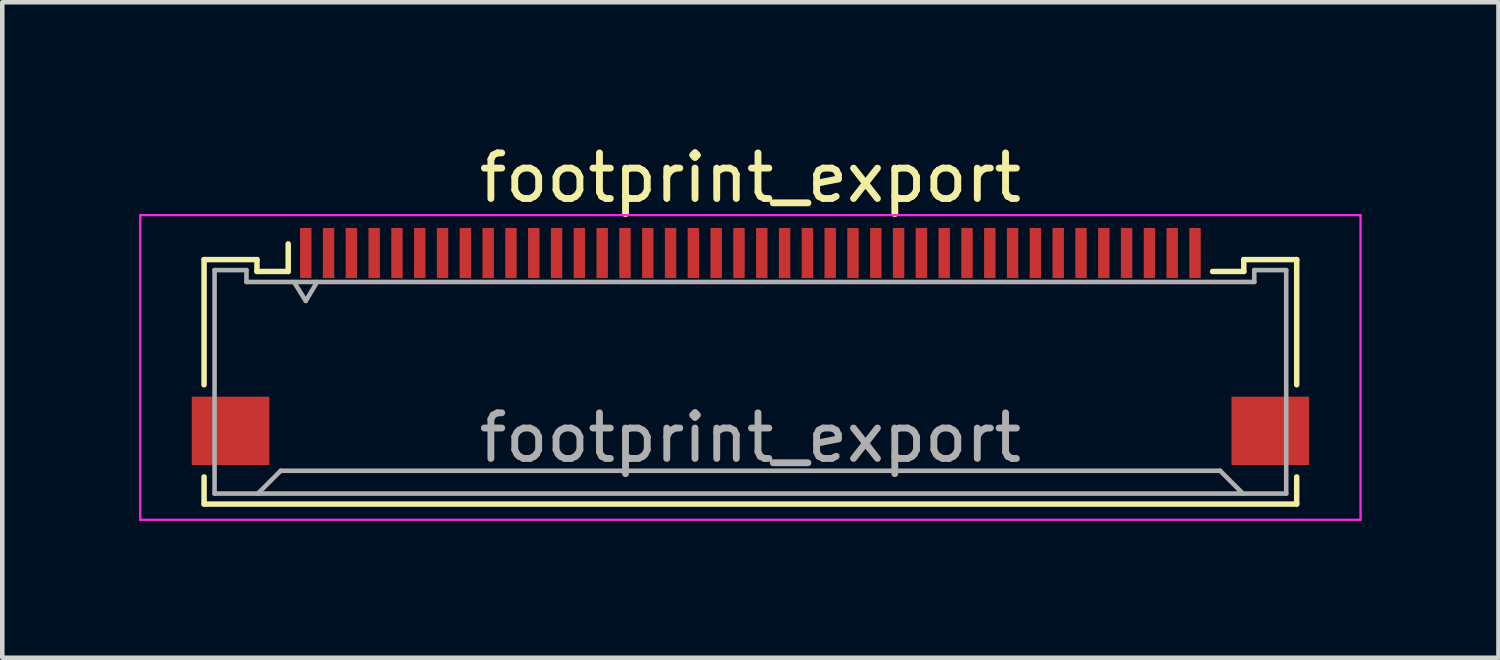
<source format=kicad_pcb>
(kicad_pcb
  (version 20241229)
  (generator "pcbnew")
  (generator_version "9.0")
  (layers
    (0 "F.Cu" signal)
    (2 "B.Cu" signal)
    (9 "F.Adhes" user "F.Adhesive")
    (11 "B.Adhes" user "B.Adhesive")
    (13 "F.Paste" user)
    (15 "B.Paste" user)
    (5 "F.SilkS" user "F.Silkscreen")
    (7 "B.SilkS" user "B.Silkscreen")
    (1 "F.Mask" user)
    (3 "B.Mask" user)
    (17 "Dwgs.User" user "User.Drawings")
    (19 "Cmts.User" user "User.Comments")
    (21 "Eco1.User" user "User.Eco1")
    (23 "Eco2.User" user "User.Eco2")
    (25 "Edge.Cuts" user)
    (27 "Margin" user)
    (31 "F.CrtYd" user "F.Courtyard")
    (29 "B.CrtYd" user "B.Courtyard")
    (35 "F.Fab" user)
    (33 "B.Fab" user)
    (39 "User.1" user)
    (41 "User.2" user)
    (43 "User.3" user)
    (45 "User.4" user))
  (footprint "footprint_export"
    (layer "F.Cu")
    (at 13.405 4.548)
    (property "Reference" "footprint_export" (at 0 -3.7 0) (layer "F.SilkS") (effects (font (size 1 1) (thickness 0.15))))
    (attr smd)
    (fp_line (start -11.98 -1.905) (end -11.98 0.84) (stroke (width 0.12) (type solid)) (layer "F.SilkS"))
    (fp_line (start -11.98 2.86) (end -11.98 3.455) (stroke (width 0.12) (type solid)) (layer "F.SilkS"))
    (fp_line (start -11.98 3.455) (end 11.98 3.455) (stroke (width 0.12) (type solid)) (layer "F.SilkS"))
    (fp_line (start -10.82 -1.905) (end -11.98 -1.905) (stroke (width 0.12) (type solid)) (layer "F.SilkS"))
    (fp_line (start -10.82 -1.645) (end -10.82 -1.905) (stroke (width 0.12) (type solid)) (layer "F.SilkS"))
    (fp_line (start -10.135 -1.645) (end -10.82 -1.645) (stroke (width 0.12) (type solid)) (layer "F.SilkS"))
    (fp_line (start -10.135 -1.645) (end -10.135 -2.25) (stroke (width 0.12) (type solid)) (layer "F.SilkS"))
    (fp_line (start 10.82 -1.905) (end 10.82 -1.645) (stroke (width 0.12) (type solid)) (layer "F.SilkS"))
    (fp_line (start 10.82 -1.645) (end 10.135 -1.645) (stroke (width 0.12) (type solid)) (layer "F.SilkS"))
    (fp_line (start 11.98 -1.905) (end 10.82 -1.905) (stroke (width 0.12) (type solid)) (layer "F.SilkS"))
    (fp_line (start 11.98 0.84) (end 11.98 -1.905) (stroke (width 0.12) (type solid)) (layer "F.SilkS"))
    (fp_line (start 11.98 3.455) (end 11.98 2.86) (stroke (width 0.12) (type solid)) (layer "F.SilkS"))
    (fp_line (start -13.38 -2.88) (end 13.38 -2.88) (stroke (width 0.05) (type solid)) (layer "F.CrtYd"))
    (fp_line (start -13.38 3.8) (end -13.38 -2.88) (stroke (width 0.05) (type solid)) (layer "F.CrtYd"))
    (fp_line (start 13.38 -2.88) (end 13.38 3.8) (stroke (width 0.05) (type solid)) (layer "F.CrtYd"))
    (fp_line (start 13.38 3.8) (end -13.38 3.8) (stroke (width 0.05) (type solid)) (layer "F.CrtYd"))
    (fp_line (start -11.75 -1.675) (end -11.75 3.225) (stroke (width 0.1) (type solid)) (layer "F.Fab"))
    (fp_line (start -11.75 3.225) (end 11.75 3.225) (stroke (width 0.1) (type solid)) (layer "F.Fab"))
    (fp_line (start -11.05 -1.675) (end -11.75 -1.675) (stroke (width 0.1) (type solid)) (layer "F.Fab"))
    (fp_line (start -11.05 -1.675) (end -11.05 -1.415) (stroke (width 0.1) (type solid)) (layer "F.Fab"))
    (fp_line (start -10.3 2.725) (end -10.8 3.225) (stroke (width 0.1) (type solid)) (layer "F.Fab"))
    (fp_line (start -10.3 2.725) (end 10.3 2.725) (stroke (width 0.1) (type solid)) (layer "F.Fab"))
    (fp_line (start -9.75 -1) (end -10 -1.4) (stroke (width 0.1) (type solid)) (layer "F.Fab"))
    (fp_line (start -9.5 -1.415) (end -9.75 -1) (stroke (width 0.1) (type solid)) (layer "F.Fab"))
    (fp_line (start 10.3 2.725) (end 10.8 3.225) (stroke (width 0.1) (type solid)) (layer "F.Fab"))
    (fp_line (start 11.05 -1.675) (end 11.05 -1.415) (stroke (width 0.1) (type solid)) (layer "F.Fab"))
    (fp_line (start 11.05 -1.675) (end 11.75 -1.675) (stroke (width 0.1) (type solid)) (layer "F.Fab"))
    (fp_line (start 11.05 -1.415) (end -11.05 -1.415) (stroke (width 0.1) (type solid)) (layer "F.Fab"))
    (fp_line (start 11.75 3.225) (end 11.75 -1.675) (stroke (width 0.1) (type solid)) (layer "F.Fab"))
    (fp_text user "${REFERENCE}" (at 0 2 0) (layer "F.Fab") (effects (font (size 1 1) (thickness 0.15))))
    (pad "1" smd rect (at -9.75 -2.05) (size 0.25 1.1) (layers "F.Cu" "F.Mask" "F.Paste"))
    (pad "2" smd rect (at -9.25 -2.05) (size 0.25 1.1) (layers "F.Cu" "F.Mask" "F.Paste"))
    (pad "3" smd rect (at -8.75 -2.05) (size 0.25 1.1) (layers "F.Cu" "F.Mask" "F.Paste"))
    (pad "4" smd rect (at -8.25 -2.05) (size 0.25 1.1) (layers "F.Cu" "F.Mask" "F.Paste"))
    (pad "5" smd rect (at -7.75 -2.05) (size 0.25 1.1) (layers "F.Cu" "F.Mask" "F.Paste"))
    (pad "6" smd rect (at -7.25 -2.05) (size 0.25 1.1) (layers "F.Cu" "F.Mask" "F.Paste"))
    (pad "7" smd rect (at -6.75 -2.05) (size 0.25 1.1) (layers "F.Cu" "F.Mask" "F.Paste"))
    (pad "8" smd rect (at -6.25 -2.05) (size 0.25 1.1) (layers "F.Cu" "F.Mask" "F.Paste"))
    (pad "9" smd rect (at -5.75 -2.05) (size 0.25 1.1) (layers "F.Cu" "F.Mask" "F.Paste"))
    (pad "10" smd rect (at -5.25 -2.05) (size 0.25 1.1) (layers "F.Cu" "F.Mask" "F.Paste"))
    (pad "11" smd rect (at -4.75 -2.05) (size 0.25 1.1) (layers "F.Cu" "F.Mask" "F.Paste"))
    (pad "12" smd rect (at -4.25 -2.05) (size 0.25 1.1) (layers "F.Cu" "F.Mask" "F.Paste"))
    (pad "13" smd rect (at -3.75 -2.05) (size 0.25 1.1) (layers "F.Cu" "F.Mask" "F.Paste"))
    (pad "14" smd rect (at -3.25 -2.05) (size 0.25 1.1) (layers "F.Cu" "F.Mask" "F.Paste"))
    (pad "15" smd rect (at -2.75 -2.05) (size 0.25 1.1) (layers "F.Cu" "F.Mask" "F.Paste"))
    (pad "16" smd rect (at -2.25 -2.05) (size 0.25 1.1) (layers "F.Cu" "F.Mask" "F.Paste"))
    (pad "17" smd rect (at -1.75 -2.05) (size 0.25 1.1) (layers "F.Cu" "F.Mask" "F.Paste"))
    (pad "18" smd rect (at -1.25 -2.05) (size 0.25 1.1) (layers "F.Cu" "F.Mask" "F.Paste"))
    (pad "19" smd rect (at -0.75 -2.05) (size 0.25 1.1) (layers "F.Cu" "F.Mask" "F.Paste"))
    (pad "20" smd rect (at -0.25 -2.05) (size 0.25 1.1) (layers "F.Cu" "F.Mask" "F.Paste"))
    (pad "21" smd rect (at 0.25 -2.05) (size 0.25 1.1) (layers "F.Cu" "F.Mask" "F.Paste"))
    (pad "22" smd rect (at 0.75 -2.05) (size 0.25 1.1) (layers "F.Cu" "F.Mask" "F.Paste"))
    (pad "23" smd rect (at 1.25 -2.05) (size 0.25 1.1) (layers "F.Cu" "F.Mask" "F.Paste"))
    (pad "24" smd rect (at 1.75 -2.05) (size 0.25 1.1) (layers "F.Cu" "F.Mask" "F.Paste"))
    (pad "25" smd rect (at 2.25 -2.05) (size 0.25 1.1) (layers "F.Cu" "F.Mask" "F.Paste"))
    (pad "26" smd rect (at 2.75 -2.05) (size 0.25 1.1) (layers "F.Cu" "F.Mask" "F.Paste"))
    (pad "27" smd rect (at 3.25 -2.05) (size 0.25 1.1) (layers "F.Cu" "F.Mask" "F.Paste"))
    (pad "28" smd rect (at 3.75 -2.05) (size 0.25 1.1) (layers "F.Cu" "F.Mask" "F.Paste"))
    (pad "29" smd rect (at 4.25 -2.05) (size 0.25 1.1) (layers "F.Cu" "F.Mask" "F.Paste"))
    (pad "30" smd rect (at 4.75 -2.05) (size 0.25 1.1) (layers "F.Cu" "F.Mask" "F.Paste"))
    (pad "31" smd rect (at 5.25 -2.05) (size 0.25 1.1) (layers "F.Cu" "F.Mask" "F.Paste"))
    (pad "32" smd rect (at 5.75 -2.05) (size 0.25 1.1) (layers "F.Cu" "F.Mask" "F.Paste"))
    (pad "33" smd rect (at 6.25 -2.05) (size 0.25 1.1) (layers "F.Cu" "F.Mask" "F.Paste"))
    (pad "34" smd rect (at 6.75 -2.05) (size 0.25 1.1) (layers "F.Cu" "F.Mask" "F.Paste"))
    (pad "35" smd rect (at 7.25 -2.05) (size 0.25 1.1) (layers "F.Cu" "F.Mask" "F.Paste"))
    (pad "36" smd rect (at 7.75 -2.05) (size 0.25 1.1) (layers "F.Cu" "F.Mask" "F.Paste"))
    (pad "37" smd rect (at 8.25 -2.05) (size 0.25 1.1) (layers "F.Cu" "F.Mask" "F.Paste"))
    (pad "38" smd rect (at 8.75 -2.05) (size 0.25 1.1) (layers "F.Cu" "F.Mask" "F.Paste"))
    (pad "39" smd rect (at 9.25 -2.05) (size 0.25 1.1) (layers "F.Cu" "F.Mask" "F.Paste"))
    (pad "40" smd rect (at 9.75 -2.05) (size 0.25 1.1) (layers "F.Cu" "F.Mask" "F.Paste"))
    (pad "MP" smd rect (at -11.4 1.85) (size 1.7 1.5) (layers "F.Cu" "F.Mask" "F.Paste"))
    (pad "MP" smd rect (at 11.4 1.85) (size 1.7 1.5) (layers "F.Cu" "F.Mask" "F.Paste")))
  (gr_rect
    (start -3 -3)
    (end 29.81 11.373)
    (stroke (width 0.1) (type default))
    (fill no)
    (layer "Edge.Cuts")))
</source>
